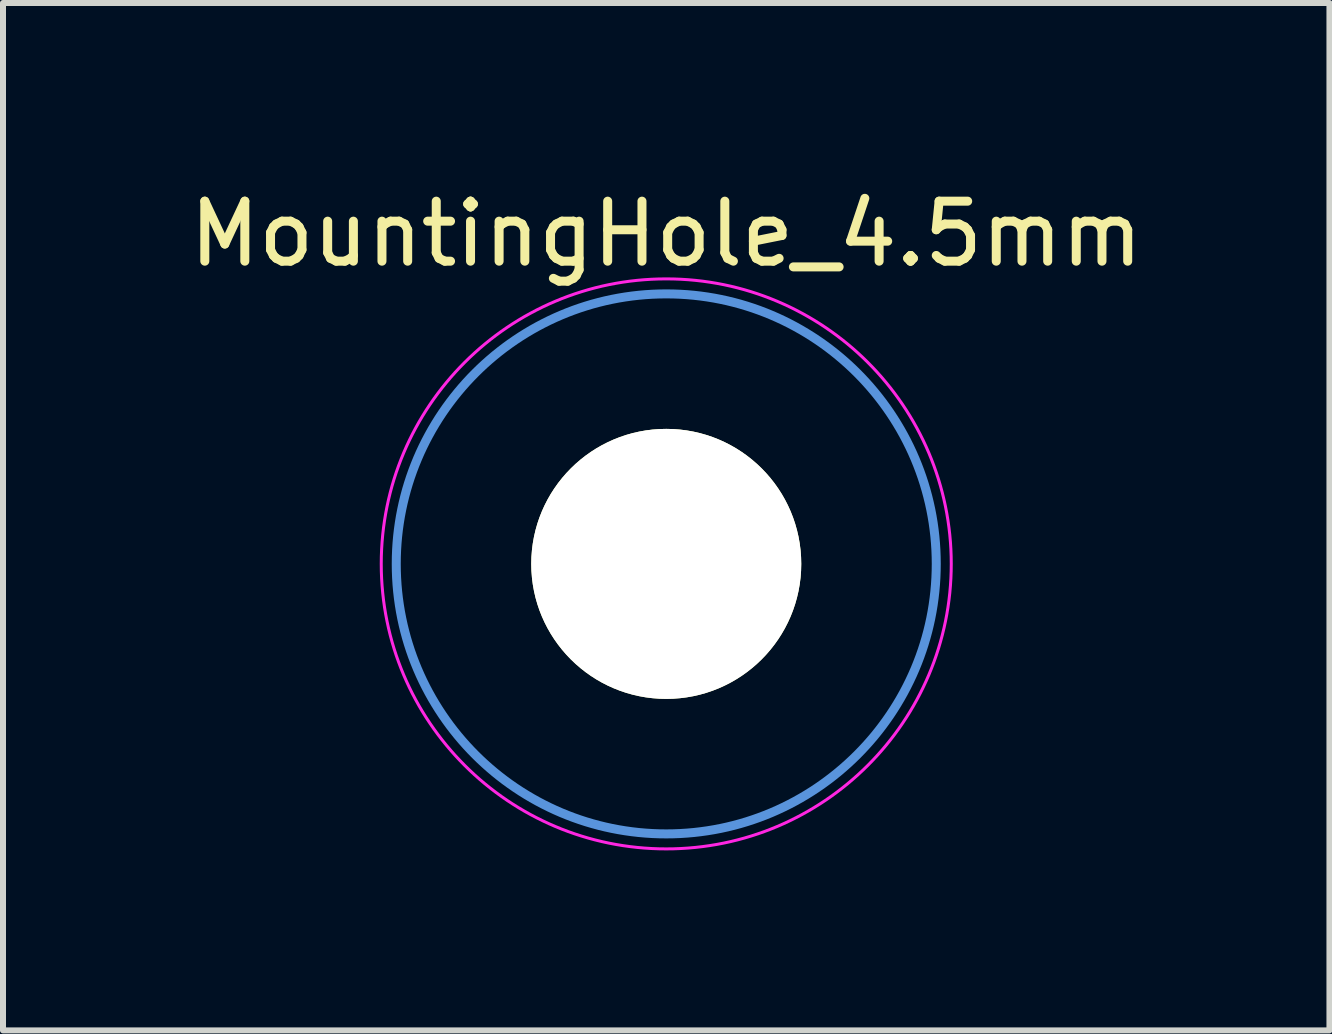
<source format=kicad_pcb>
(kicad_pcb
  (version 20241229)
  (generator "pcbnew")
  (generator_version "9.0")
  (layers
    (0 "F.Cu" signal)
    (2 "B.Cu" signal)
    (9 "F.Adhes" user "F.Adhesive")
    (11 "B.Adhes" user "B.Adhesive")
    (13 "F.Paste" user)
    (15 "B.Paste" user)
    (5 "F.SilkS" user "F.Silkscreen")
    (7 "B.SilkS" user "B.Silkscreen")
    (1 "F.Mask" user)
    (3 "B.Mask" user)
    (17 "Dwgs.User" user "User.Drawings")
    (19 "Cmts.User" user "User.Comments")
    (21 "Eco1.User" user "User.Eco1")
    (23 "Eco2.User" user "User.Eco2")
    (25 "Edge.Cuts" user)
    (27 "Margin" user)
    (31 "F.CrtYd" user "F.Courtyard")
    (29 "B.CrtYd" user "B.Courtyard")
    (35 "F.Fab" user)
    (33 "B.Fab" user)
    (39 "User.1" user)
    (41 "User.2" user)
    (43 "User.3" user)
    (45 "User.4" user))
  (footprint "MountingHole_4.5mm"
    (layer "F.Cu")
    (at 8.054 6.348)
    (property "Reference" "MountingHole_4.5mm" (at 0 -5.5 0) (layer "F.SilkS") (effects (font (size 1 1) (thickness 0.15))))
    (attr through_hole)
    (fp_circle (center 0 0) (end 4.5 0) (stroke (width 0.15) (type solid)) (fill no) (layer "Cmts.User"))
    (fp_circle (center 0 0) (end 4.75 0) (stroke (width 0.05) (type solid)) (fill no) (layer "F.CrtYd"))
    (pad "" np_thru_hole circle (at 0 0) (size 4.5 4.5) (drill 4.5) (layers "*.Cu" "*.Mask" "F.SilkS")))
  (gr_rect
    (start -3 -3)
    (end 19.107 14.123)
    (stroke (width 0.1) (type default))
    (fill no)
    (layer "Edge.Cuts")))
</source>
